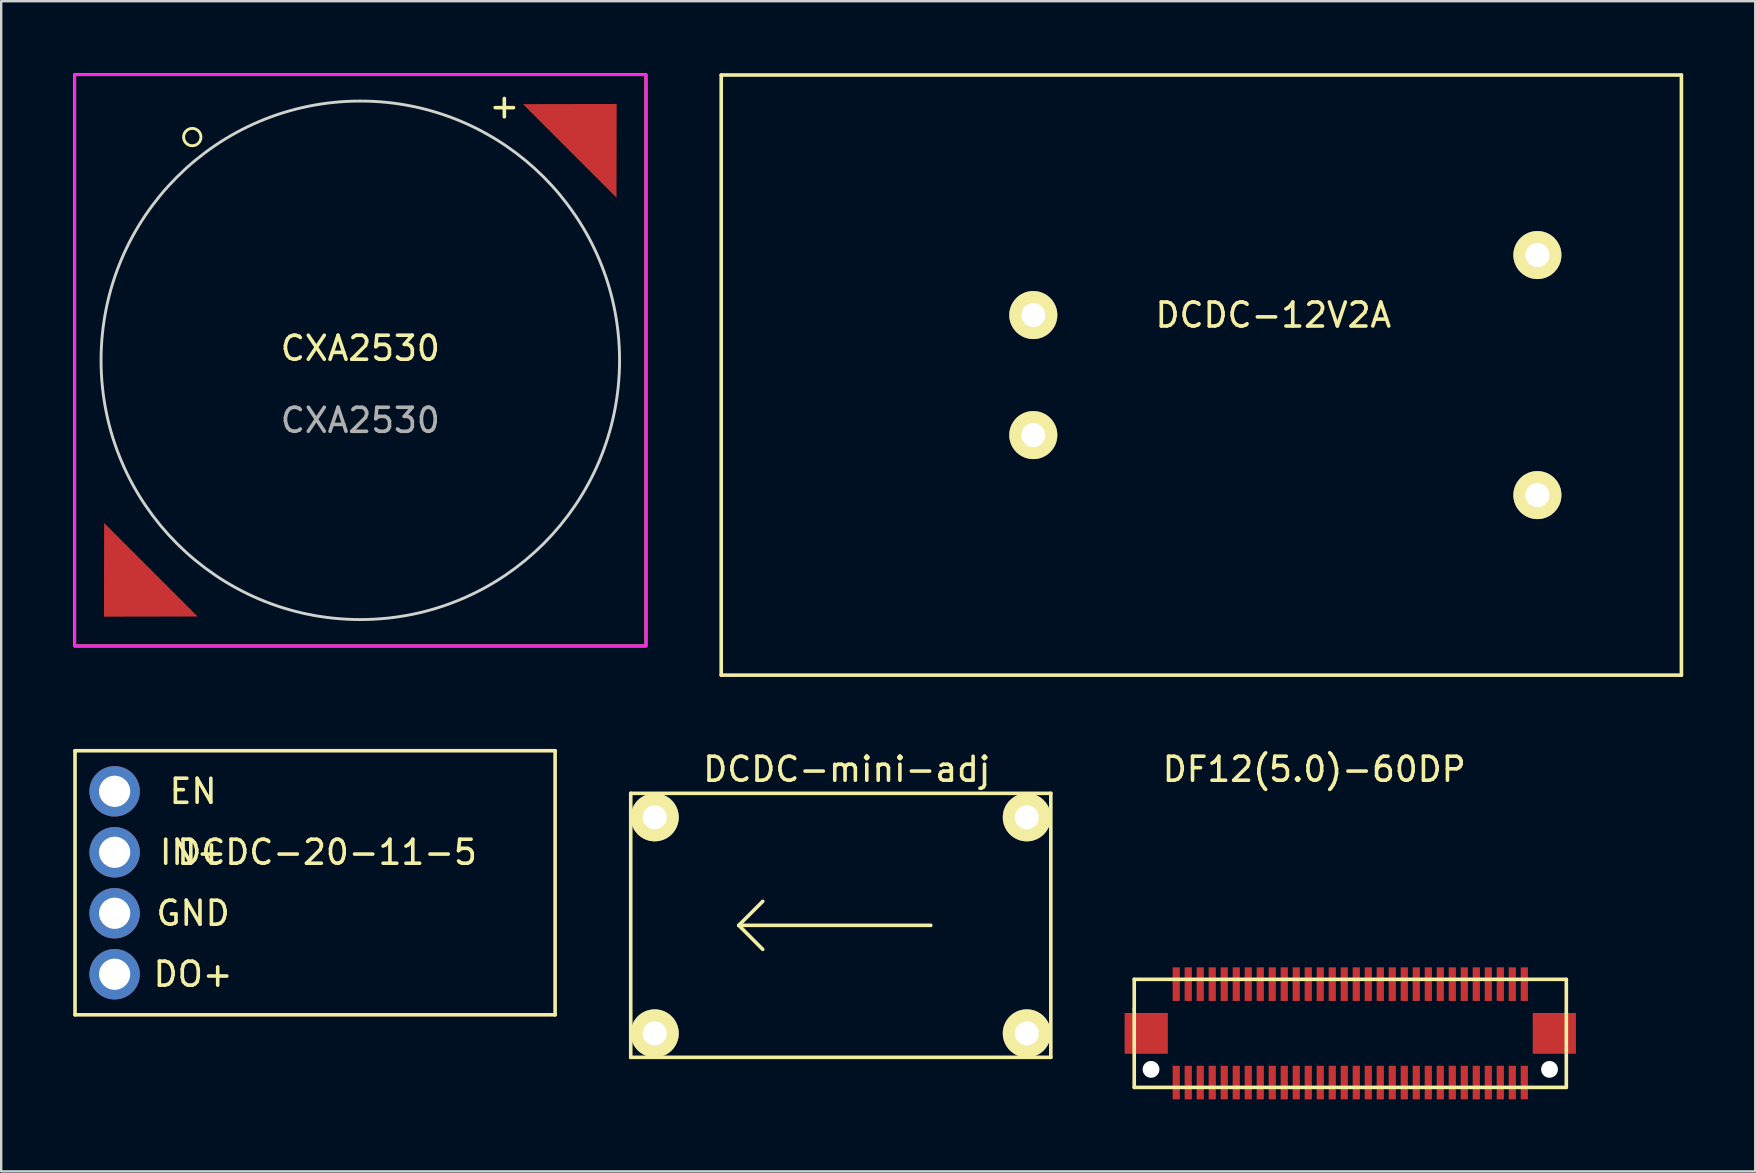
<source format=kicad_pcb>
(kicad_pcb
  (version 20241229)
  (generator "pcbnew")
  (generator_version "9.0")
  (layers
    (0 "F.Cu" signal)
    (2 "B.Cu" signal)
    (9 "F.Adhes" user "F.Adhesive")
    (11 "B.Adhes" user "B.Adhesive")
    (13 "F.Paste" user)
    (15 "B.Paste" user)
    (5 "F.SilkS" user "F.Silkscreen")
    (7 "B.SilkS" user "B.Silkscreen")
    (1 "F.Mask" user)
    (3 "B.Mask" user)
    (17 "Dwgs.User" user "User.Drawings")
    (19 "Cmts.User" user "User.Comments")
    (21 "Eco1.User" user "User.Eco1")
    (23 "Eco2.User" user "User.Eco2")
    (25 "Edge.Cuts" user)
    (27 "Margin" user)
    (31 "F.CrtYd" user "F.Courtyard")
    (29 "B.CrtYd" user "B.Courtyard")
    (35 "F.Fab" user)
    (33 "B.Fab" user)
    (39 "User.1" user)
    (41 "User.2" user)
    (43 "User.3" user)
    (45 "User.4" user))
  (footprint "DCDC-12V2A"
    (layer "F.Cu")
    (at 39.995 12.575)
    (property "Reference" "DCDC-12V2A" (at 10 -2.5 0) (layer "F.SilkS") (effects (font (size 1 1) (thickness 0.15))))
    (attr through_hole)
    (fp_line (start -13 -12.5) (end -13 12.5) (stroke (width 0.15) (type solid)) (layer "F.SilkS"))
    (fp_line (start -13 12.5) (end 27 12.5) (stroke (width 0.15) (type solid)) (layer "F.SilkS"))
    (fp_line (start 27 -12.5) (end -13 -12.5) (stroke (width 0.15) (type solid)) (layer "F.SilkS"))
    (fp_line (start 27 12.5) (end 27 -12.5) (stroke (width 0.15) (type solid)) (layer "F.SilkS"))
    (pad "1" thru_hole circle (at 0 -2.5) (size 2 2) (drill 1) (layers "*.Cu" "*.Mask" "F.SilkS"))
    (pad "2" thru_hole circle (at 0 2.5) (size 2 2) (drill 1) (layers "*.Cu" "*.Mask" "F.SilkS"))
    (pad "3" thru_hole circle (at 21 -5) (size 2 2) (drill 1) (layers "*.Cu" "*.Mask" "F.SilkS"))
    (pad "4" thru_hole circle (at 21 5) (size 2 2) (drill 1) (layers "*.Cu" "*.Mask" "F.SilkS")))
  (footprint "DCDC-mini-adj"
    (layer "F.Cu")
    (at 31.725 35.498)
    (property "Reference" "DCDC-mini-adj" (at 0.5 -6.5 0) (layer "F.SilkS") (effects (font (size 1 1) (thickness 0.15))))
    (attr through_hole)
    (fp_line (start -8.5 -5.5) (end 9 -5.5) (stroke (width 0.15) (type solid)) (layer "F.SilkS"))
    (fp_line (start -8.5 5.5) (end -8.5 -5.5) (stroke (width 0.15) (type solid)) (layer "F.SilkS"))
    (fp_line (start -4 0) (end -3 -1) (stroke (width 0.15) (type solid)) (layer "F.SilkS"))
    (fp_line (start -4 0) (end -3 1) (stroke (width 0.15) (type solid)) (layer "F.SilkS"))
    (fp_line (start 4 0) (end -4 0) (stroke (width 0.15) (type solid)) (layer "F.SilkS"))
    (fp_line (start 9 -5.5) (end 9 5.5) (stroke (width 0.15) (type solid)) (layer "F.SilkS"))
    (fp_line (start 9 5.5) (end -8.5 5.5) (stroke (width 0.15) (type solid)) (layer "F.SilkS"))
    (pad "1" thru_hole circle (at 8 -4.5) (size 2 2) (drill 1) (layers "*.Cu" "*.Mask" "F.SilkS"))
    (pad "2" thru_hole circle (at 8 4.5) (size 2 2) (drill 1) (layers "*.Cu" "*.Mask" "F.SilkS"))
    (pad "3" thru_hole circle (at -7.5 -4.5) (size 2 2) (drill 1) (layers "*.Cu" "*.Mask" "F.SilkS"))
    (pad "4" thru_hole circle (at -7.5 4.5) (size 2 2) (drill 1) (layers "*.Cu" "*.Mask" "F.SilkS")))
  (footprint "DCDC-20-11-5"
    (layer "F.Cu")
    (at 10.075 33.725)
    (property "Reference" "DCDC-20-11-5" (at 0.5 -1.27 0) (layer "F.SilkS") (effects (font (size 1 1) (thickness 0.15))))
    (attr through_hole)
    (fp_line (start -10 -5.5) (end 10 -5.5) (stroke (width 0.15) (type solid)) (layer "F.SilkS"))
    (fp_line (start -10 5.5) (end -10 -5.5) (stroke (width 0.15) (type solid)) (layer "F.SilkS"))
    (fp_line (start 10 -5.5) (end 10 5.5) (stroke (width 0.15) (type solid)) (layer "F.SilkS"))
    (fp_line (start 10 5.5) (end -10 5.5) (stroke (width 0.15) (type solid)) (layer "F.SilkS"))
    (fp_text user "DO+" (at -5.08 3.81 0) (layer "F.SilkS") (effects (font (size 1 1) (thickness 0.15))))
    (fp_text user "IN+" (at -5.08 -1.27 0) (layer "F.SilkS") (effects (font (size 1 1) (thickness 0.15))))
    (fp_text user "GND" (at -5.08 1.27 0) (layer "F.SilkS") (effects (font (size 1 1) (thickness 0.15))))
    (fp_text user "EN" (at -5.08 -3.81 0) (layer "F.SilkS") (effects (font (size 1 1) (thickness 0.15))))
    (pad "1" thru_hole circle (at -8.35 -3.81) (size 2.1 2.1) (drill 1.3) (layers "*.Cu" "*.Mask"))
    (pad "2" thru_hole circle (at -8.35 -1.27) (size 2.1 2.1) (drill 1.3) (layers "*.Cu" "*.Mask"))
    (pad "3" thru_hole circle (at -8.35 1.27) (size 2.1 2.1) (drill 1.3) (layers "*.Cu" "*.Mask"))
    (pad "4" thru_hole circle (at -8.35 3.81) (size 2.1 2.1) (drill 1.3) (layers "*.Cu" "*.Mask")))
  (footprint "CXA2530"
    (layer "F.Cu")
    (at 11.96 11.96)
    (property "Reference" "CXA2530" (at 0 -0.5 0) (unlocked yes) (layer "F.SilkS") (effects (font (size 1 1) (thickness 0.15))))
    (fp_rect (start -11.9 -11.9) (end 11.9 11.9) (stroke (width 0.12) (type solid)) (fill no) (layer "F.SilkS"))
    (fp_circle (center -7 -9.3) (end -6.639 -9.3) (stroke (width 0.12) (type solid)) (fill no) (layer "F.SilkS"))
    (fp_circle (center 0 0) (end 10.8 0) (stroke (width 0.12) (type solid)) (fill no) (layer "Edge.Cuts"))
    (fp_rect (start -11.9 -11.9) (end 11.9 11.9) (stroke (width 0.12) (type solid)) (fill no) (layer "F.CrtYd"))
    (fp_text user "+" (at 6 -10.6 0) (unlocked yes) (layer "F.SilkS") (effects (font (size 1 1) (thickness 0.15))))
    (fp_text user "${REFERENCE}" (at 0 2.5 0) (unlocked yes) (layer "F.Fab") (effects (font (size 1 1) (thickness 0.15))))
    (pad "1" smd trapezoid (at -9.7 9.7 135) (size 2.76 2.76) (rect_delta 0 2.75) (layers "F.Cu" "F.Mask" "F.Paste"))
    (pad "2" smd trapezoid (at 9.7 -9.7 315) (size 2.76 2.76) (rect_delta 0 2.75) (layers "F.Cu" "F.Mask" "F.Paste")))
  (footprint "DF12(5.0)-60DP"
    (layer "F.Cu")
    (at 53.2 39.998)
    (property "Reference" "DF12(5.0)-60DP" (at -1.5 -11 0) (layer "F.SilkS") (effects (font (size 1 1) (thickness 0.15))))
    (attr through_hole)
    (fp_line (start -9 -2.25) (end 9 -2.25) (stroke (width 0.15) (type solid)) (layer "F.SilkS"))
    (fp_line (start -9 -1) (end -9 -2.25) (stroke (width 0.15) (type solid)) (layer "F.SilkS"))
    (fp_line (start -9 2.25) (end -9 -1) (stroke (width 0.15) (type solid)) (layer "F.SilkS"))
    (fp_line (start 9 -2.25) (end 9 2.25) (stroke (width 0.15) (type solid)) (layer "F.SilkS"))
    (fp_line (start 9 2.25) (end -9 2.25) (stroke (width 0.15) (type solid)) (layer "F.SilkS"))
    (pad "" smd rect (at -8.5 0) (size 1.8 1.7) (layers "F.Cu" "F.Mask" "F.Paste"))
    (pad "" np_thru_hole circle (at -8.3 1.5) (size 0.7 0.7) (drill 0.7) (layers "*.Cu" "*.Mask"))
    (pad "" np_thru_hole circle (at 8.3 1.5) (size 0.7 0.7) (drill 0.7) (layers "*.Cu" "*.Mask"))
    (pad "" smd rect (at 8.5 0) (size 1.8 1.7) (layers "F.Cu" "F.Mask" "F.Paste"))
    (pad "1" smd rect (at -7.25 -2.05) (size 0.3 1.4) (layers "F.Cu" "F.Mask" "F.Paste"))
    (pad "2" smd rect (at -7.25 2.05) (size 0.3 1.4) (layers "F.Cu" "F.Mask" "F.Paste"))
    (pad "3" smd rect (at -6.75 -2.05) (size 0.3 1.4) (layers "F.Cu" "F.Mask" "F.Paste"))
    (pad "4" smd rect (at -6.75 2.05) (size 0.3 1.4) (layers "F.Cu" "F.Mask" "F.Paste"))
    (pad "5" smd rect (at -6.25 -2.05) (size 0.3 1.4) (layers "F.Cu" "F.Mask" "F.Paste"))
    (pad "6" smd rect (at -6.25 2.05) (size 0.3 1.4) (layers "F.Cu" "F.Mask" "F.Paste"))
    (pad "7" smd rect (at -5.75 -2.05) (size 0.3 1.4) (layers "F.Cu" "F.Mask" "F.Paste"))
    (pad "8" smd rect (at -5.75 2.05) (size 0.3 1.4) (layers "F.Cu" "F.Mask" "F.Paste"))
    (pad "9" smd rect (at -5.25 -2.05) (size 0.3 1.4) (layers "F.Cu" "F.Mask" "F.Paste"))
    (pad "10" smd rect (at -5.25 2.05) (size 0.3 1.4) (layers "F.Cu" "F.Mask" "F.Paste"))
    (pad "11" smd rect (at -4.25 -2.05) (size 0.3 1.4) (layers "F.Cu" "F.Mask" "F.Paste"))
    (pad "12" smd rect (at -4.75 2.05) (size 0.3 1.4) (layers "F.Cu" "F.Mask" "F.Paste"))
    (pad "13" smd rect (at -4.75 -2.05) (size 0.3 1.4) (layers "F.Cu" "F.Mask" "F.Paste"))
    (pad "14" smd rect (at -4.25 2.05) (size 0.3 1.4) (layers "F.Cu" "F.Mask" "F.Paste"))
    (pad "15" smd rect (at -3.75 -2.05) (size 0.3 1.4) (layers "F.Cu" "F.Mask" "F.Paste"))
    (pad "16" smd rect (at -3.75 2.05) (size 0.3 1.4) (layers "F.Cu" "F.Mask" "F.Paste"))
    (pad "17" smd rect (at -3.25 -2.05) (size 0.3 1.4) (layers "F.Cu" "F.Mask" "F.Paste"))
    (pad "18" smd rect (at -3.25 2.05) (size 0.3 1.4) (layers "F.Cu" "F.Mask" "F.Paste"))
    (pad "19" smd rect (at -2.75 -2.05) (size 0.3 1.4) (layers "F.Cu" "F.Mask" "F.Paste"))
    (pad "20" smd rect (at -2.75 2.05) (size 0.3 1.4) (layers "F.Cu" "F.Mask" "F.Paste"))
    (pad "21" smd rect (at -2.25 -2.05) (size 0.3 1.4) (layers "F.Cu" "F.Mask" "F.Paste"))
    (pad "22" smd rect (at -2.25 2.05) (size 0.3 1.4) (layers "F.Cu" "F.Mask" "F.Paste"))
    (pad "23" smd rect (at -1.75 -2.05) (size 0.3 1.4) (layers "F.Cu" "F.Mask" "F.Paste"))
    (pad "24" smd rect (at -1.75 2.05) (size 0.3 1.4) (layers "F.Cu" "F.Mask" "F.Paste"))
    (pad "25" smd rect (at -1.25 -2.05) (size 0.3 1.4) (layers "F.Cu" "F.Mask" "F.Paste"))
    (pad "26" smd rect (at -1.25 2.05) (size 0.3 1.4) (layers "F.Cu" "F.Mask" "F.Paste"))
    (pad "27" smd rect (at -0.75 -2.05) (size 0.3 1.4) (layers "F.Cu" "F.Mask" "F.Paste"))
    (pad "28" smd rect (at -0.75 2.05) (size 0.3 1.4) (layers "F.Cu" "F.Mask" "F.Paste"))
    (pad "29" smd rect (at -0.25 -2.05) (size 0.3 1.4) (layers "F.Cu" "F.Mask" "F.Paste"))
    (pad "30" smd rect (at -0.25 2.05) (size 0.3 1.4) (layers "F.Cu" "F.Mask" "F.Paste"))
    (pad "31" smd rect (at 0.25 -2.05) (size 0.3 1.4) (layers "F.Cu" "F.Mask" "F.Paste"))
    (pad "32" smd rect (at 0.25 2.05) (size 0.3 1.4) (layers "F.Cu" "F.Mask" "F.Paste"))
    (pad "33" smd rect (at 0.75 -2.05) (size 0.3 1.4) (layers "F.Cu" "F.Mask" "F.Paste"))
    (pad "34" smd rect (at 0.75 2.05) (size 0.3 1.4) (layers "F.Cu" "F.Mask" "F.Paste"))
    (pad "35" smd rect (at 1.25 -2.05) (size 0.3 1.4) (layers "F.Cu" "F.Mask" "F.Paste"))
    (pad "36" smd rect (at 1.25 2.05) (size 0.3 1.4) (layers "F.Cu" "F.Mask" "F.Paste"))
    (pad "37" smd rect (at 1.75 -2.05) (size 0.3 1.4) (layers "F.Cu" "F.Mask" "F.Paste"))
    (pad "38" smd rect (at 1.75 2.05) (size 0.3 1.4) (layers "F.Cu" "F.Mask" "F.Paste"))
    (pad "39" smd rect (at 2.25 -2.05) (size 0.3 1.4) (layers "F.Cu" "F.Mask" "F.Paste"))
    (pad "40" smd rect (at 2.25 2.05) (size 0.3 1.4) (layers "F.Cu" "F.Mask" "F.Paste"))
    (pad "41" smd rect (at 2.75 -2.05) (size 0.3 1.4) (layers "F.Cu" "F.Mask" "F.Paste"))
    (pad "42" smd rect (at 2.75 2.05) (size 0.3 1.4) (layers "F.Cu" "F.Mask" "F.Paste"))
    (pad "43" smd rect (at 3.25 -2.05) (size 0.3 1.4) (layers "F.Cu" "F.Mask" "F.Paste"))
    (pad "44" smd rect (at 3.25 2.05) (size 0.3 1.4) (layers "F.Cu" "F.Mask" "F.Paste"))
    (pad "45" smd rect (at 3.75 -2.05) (size 0.3 1.4) (layers "F.Cu" "F.Mask" "F.Paste"))
    (pad "46" smd rect (at 3.75 2.05) (size 0.3 1.4) (layers "F.Cu" "F.Mask" "F.Paste"))
    (pad "47" smd rect (at 4.25 -2.05) (size 0.3 1.4) (layers "F.Cu" "F.Mask" "F.Paste"))
    (pad "48" smd rect (at 4.25 2.05) (size 0.3 1.4) (layers "F.Cu" "F.Mask" "F.Paste"))
    (pad "49" smd rect (at 4.75 -2.05) (size 0.3 1.4) (layers "F.Cu" "F.Mask" "F.Paste"))
    (pad "50" smd rect (at 4.75 2.05) (size 0.3 1.4) (layers "F.Cu" "F.Mask" "F.Paste"))
    (pad "51" smd rect (at 5.25 -2.05) (size 0.3 1.4) (layers "F.Cu" "F.Mask" "F.Paste"))
    (pad "52" smd rect (at 5.25 2.05) (size 0.3 1.4) (layers "F.Cu" "F.Mask" "F.Paste"))
    (pad "53" smd rect (at 5.75 -2.05) (size 0.3 1.4) (layers "F.Cu" "F.Mask" "F.Paste"))
    (pad "54" smd rect (at 5.75 2.05) (size 0.3 1.4) (layers "F.Cu" "F.Mask" "F.Paste"))
    (pad "55" smd rect (at 6.25 -2.05) (size 0.3 1.4) (layers "F.Cu" "F.Mask" "F.Paste"))
    (pad "56" smd rect (at 6.25 2.05) (size 0.3 1.4) (layers "F.Cu" "F.Mask" "F.Paste"))
    (pad "57" smd rect (at 6.75 -2.05) (size 0.3 1.4) (layers "F.Cu" "F.Mask" "F.Paste"))
    (pad "58" smd rect (at 6.75 2.05) (size 0.3 1.4) (layers "F.Cu" "F.Mask" "F.Paste"))
    (pad "59" smd rect (at 7.25 -2.05) (size 0.3 1.4) (layers "F.Cu" "F.Mask" "F.Paste"))
    (pad "60" smd rect (at 7.25 2.05) (size 0.3 1.4) (layers "F.Cu" "F.Mask" "F.Paste")))
  (gr_rect
    (start -3 -3)
    (end 70.07 45.748)
    (stroke (width 0.1) (type default))
    (fill no)
    (layer "Edge.Cuts")))
</source>
